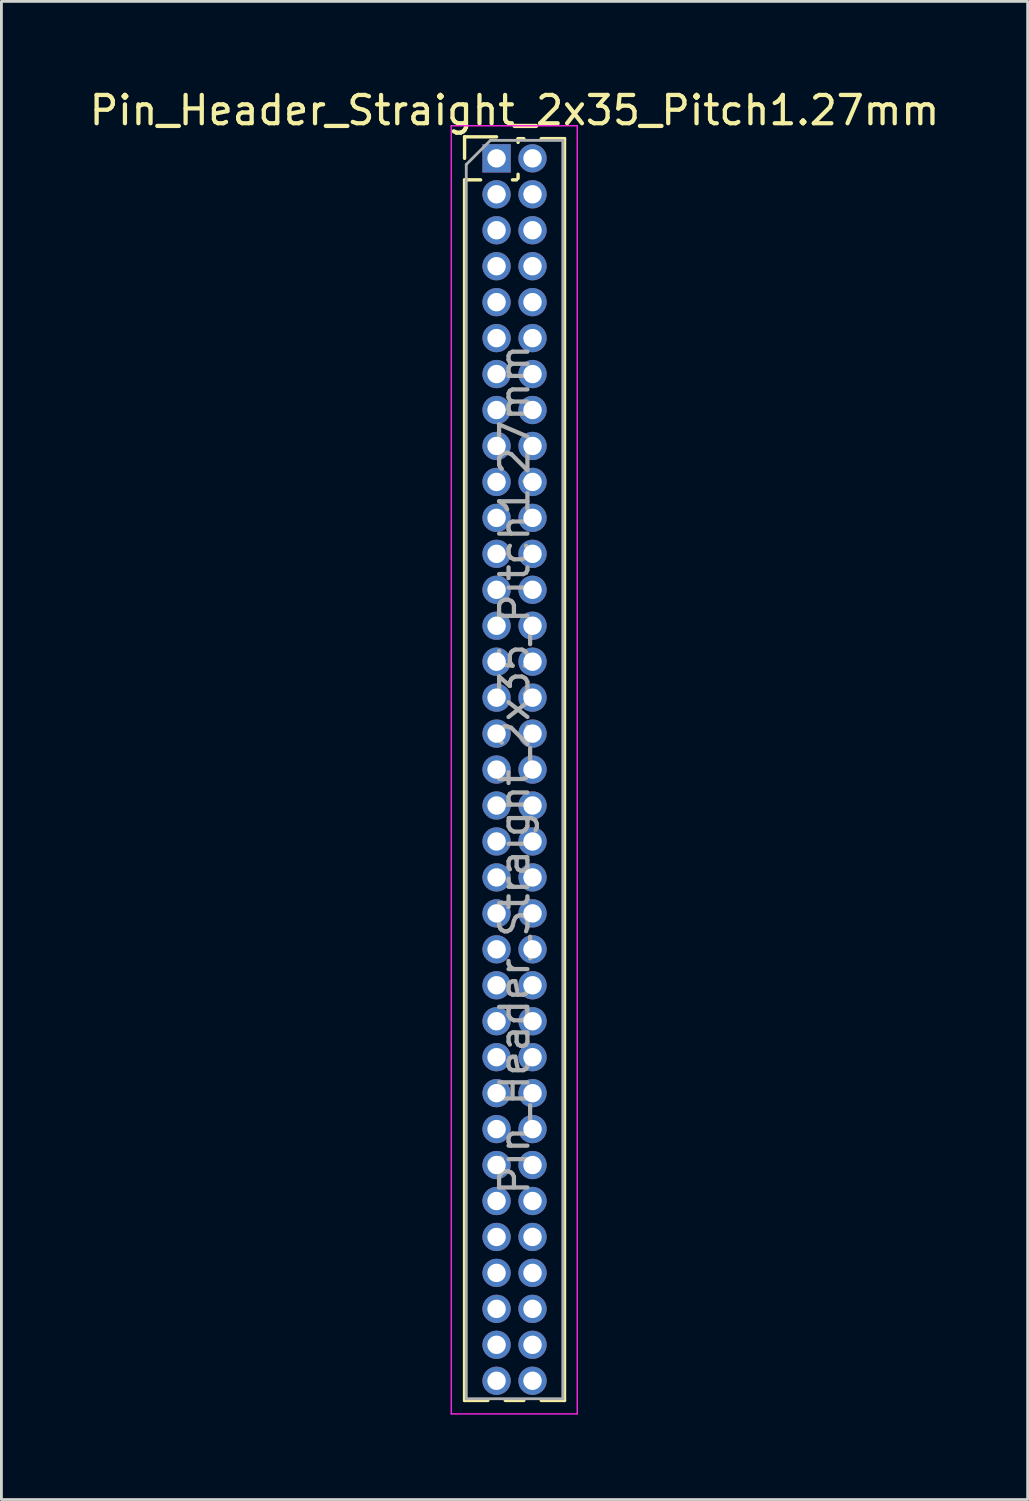
<source format=kicad_pcb>
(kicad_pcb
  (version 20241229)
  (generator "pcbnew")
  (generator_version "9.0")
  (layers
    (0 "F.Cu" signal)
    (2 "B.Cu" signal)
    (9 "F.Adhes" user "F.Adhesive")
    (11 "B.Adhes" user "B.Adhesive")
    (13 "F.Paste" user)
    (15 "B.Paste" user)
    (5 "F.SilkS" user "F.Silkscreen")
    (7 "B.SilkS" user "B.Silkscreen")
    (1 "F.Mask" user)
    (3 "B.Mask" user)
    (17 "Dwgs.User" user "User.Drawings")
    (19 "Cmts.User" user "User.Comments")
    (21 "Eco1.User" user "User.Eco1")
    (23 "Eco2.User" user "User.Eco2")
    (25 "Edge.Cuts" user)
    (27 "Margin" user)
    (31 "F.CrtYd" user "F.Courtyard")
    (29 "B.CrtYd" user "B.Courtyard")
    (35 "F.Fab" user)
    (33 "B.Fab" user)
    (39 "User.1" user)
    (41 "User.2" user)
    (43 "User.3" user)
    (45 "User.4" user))
  (footprint "Pin_Header_Straight_2x35_Pitch1.27mm"
    (layer "F.Cu")
    (at 14.49 2.543)
    (property "Reference" "Pin_Header_Straight_2x35_Pitch1.27mm" (at 0.635 -1.695 0) (layer "F.SilkS") (effects (font (size 1 1) (thickness 0.15))))
    (attr through_hole)
    (fp_line (start -1.13 -0.76) (end 0 -0.76) (stroke (width 0.12) (type solid)) (layer "F.SilkS"))
    (fp_line (start -1.13 0) (end -1.13 -0.76) (stroke (width 0.12) (type solid)) (layer "F.SilkS"))
    (fp_line (start -1.13 0.76) (end -1.13 43.875) (stroke (width 0.12) (type solid)) (layer "F.SilkS"))
    (fp_line (start -1.13 0.76) (end -0.563 0.76) (stroke (width 0.12) (type solid)) (layer "F.SilkS"))
    (fp_line (start -1.13 43.875) (end -0.308 43.875) (stroke (width 0.12) (type solid)) (layer "F.SilkS"))
    (fp_line (start 0.308 43.875) (end 0.962 43.875) (stroke (width 0.12) (type solid)) (layer "F.SilkS"))
    (fp_line (start 0.563 0.76) (end 0.707 0.76) (stroke (width 0.12) (type solid)) (layer "F.SilkS"))
    (fp_line (start 0.76 -0.695) (end 0.962 -0.695) (stroke (width 0.12) (type solid)) (layer "F.SilkS"))
    (fp_line (start 0.76 -0.563) (end 0.76 -0.695) (stroke (width 0.12) (type solid)) (layer "F.SilkS"))
    (fp_line (start 0.76 0.707) (end 0.76 0.563) (stroke (width 0.12) (type solid)) (layer "F.SilkS"))
    (fp_line (start 1.578 -0.695) (end 2.4 -0.695) (stroke (width 0.12) (type solid)) (layer "F.SilkS"))
    (fp_line (start 1.578 43.875) (end 2.4 43.875) (stroke (width 0.12) (type solid)) (layer "F.SilkS"))
    (fp_line (start 2.4 -0.695) (end 2.4 43.875) (stroke (width 0.12) (type solid)) (layer "F.SilkS"))
    (fp_line (start -1.6 -1.15) (end -1.6 44.35) (stroke (width 0.05) (type solid)) (layer "F.CrtYd"))
    (fp_line (start -1.6 44.35) (end 2.85 44.35) (stroke (width 0.05) (type solid)) (layer "F.CrtYd"))
    (fp_line (start 2.85 -1.15) (end -1.6 -1.15) (stroke (width 0.05) (type solid)) (layer "F.CrtYd"))
    (fp_line (start 2.85 44.35) (end 2.85 -1.15) (stroke (width 0.05) (type solid)) (layer "F.CrtYd"))
    (fp_line (start -1.07 0.217) (end -0.217 -0.635) (stroke (width 0.1) (type solid)) (layer "F.Fab"))
    (fp_line (start -1.07 43.815) (end -1.07 0.217) (stroke (width 0.1) (type solid)) (layer "F.Fab"))
    (fp_line (start -0.217 -0.635) (end 2.34 -0.635) (stroke (width 0.1) (type solid)) (layer "F.Fab"))
    (fp_line (start 2.34 -0.635) (end 2.34 43.815) (stroke (width 0.1) (type solid)) (layer "F.Fab"))
    (fp_line (start 2.34 43.815) (end -1.07 43.815) (stroke (width 0.1) (type solid)) (layer "F.Fab"))
    (fp_text user "${REFERENCE}" (at 0.635 21.59 90) (layer "F.Fab") (effects (font (size 1 1) (thickness 0.15))))
    (pad "1" thru_hole rect (at 0 0) (size 1 1) (drill 0.65) (layers "*.Cu" "*.Mask"))
    (pad "2" thru_hole oval (at 1.27 0) (size 1 1) (drill 0.65) (layers "*.Cu" "*.Mask"))
    (pad "3" thru_hole oval (at 0 1.27) (size 1 1) (drill 0.65) (layers "*.Cu" "*.Mask"))
    (pad "4" thru_hole oval (at 1.27 1.27) (size 1 1) (drill 0.65) (layers "*.Cu" "*.Mask"))
    (pad "5" thru_hole oval (at 0 2.54) (size 1 1) (drill 0.65) (layers "*.Cu" "*.Mask"))
    (pad "6" thru_hole oval (at 1.27 2.54) (size 1 1) (drill 0.65) (layers "*.Cu" "*.Mask"))
    (pad "7" thru_hole oval (at 0 3.81) (size 1 1) (drill 0.65) (layers "*.Cu" "*.Mask"))
    (pad "8" thru_hole oval (at 1.27 3.81) (size 1 1) (drill 0.65) (layers "*.Cu" "*.Mask"))
    (pad "9" thru_hole oval (at 0 5.08) (size 1 1) (drill 0.65) (layers "*.Cu" "*.Mask"))
    (pad "10" thru_hole oval (at 1.27 5.08) (size 1 1) (drill 0.65) (layers "*.Cu" "*.Mask"))
    (pad "11" thru_hole oval (at 0 6.35) (size 1 1) (drill 0.65) (layers "*.Cu" "*.Mask"))
    (pad "12" thru_hole oval (at 1.27 6.35) (size 1 1) (drill 0.65) (layers "*.Cu" "*.Mask"))
    (pad "13" thru_hole oval (at 0 7.62) (size 1 1) (drill 0.65) (layers "*.Cu" "*.Mask"))
    (pad "14" thru_hole oval (at 1.27 7.62) (size 1 1) (drill 0.65) (layers "*.Cu" "*.Mask"))
    (pad "15" thru_hole oval (at 0 8.89) (size 1 1) (drill 0.65) (layers "*.Cu" "*.Mask"))
    (pad "16" thru_hole oval (at 1.27 8.89) (size 1 1) (drill 0.65) (layers "*.Cu" "*.Mask"))
    (pad "17" thru_hole oval (at 0 10.16) (size 1 1) (drill 0.65) (layers "*.Cu" "*.Mask"))
    (pad "18" thru_hole oval (at 1.27 10.16) (size 1 1) (drill 0.65) (layers "*.Cu" "*.Mask"))
    (pad "19" thru_hole oval (at 0 11.43) (size 1 1) (drill 0.65) (layers "*.Cu" "*.Mask"))
    (pad "20" thru_hole oval (at 1.27 11.43) (size 1 1) (drill 0.65) (layers "*.Cu" "*.Mask"))
    (pad "21" thru_hole oval (at 0 12.7) (size 1 1) (drill 0.65) (layers "*.Cu" "*.Mask"))
    (pad "22" thru_hole oval (at 1.27 12.7) (size 1 1) (drill 0.65) (layers "*.Cu" "*.Mask"))
    (pad "23" thru_hole oval (at 0 13.97) (size 1 1) (drill 0.65) (layers "*.Cu" "*.Mask"))
    (pad "24" thru_hole oval (at 1.27 13.97) (size 1 1) (drill 0.65) (layers "*.Cu" "*.Mask"))
    (pad "25" thru_hole oval (at 0 15.24) (size 1 1) (drill 0.65) (layers "*.Cu" "*.Mask"))
    (pad "26" thru_hole oval (at 1.27 15.24) (size 1 1) (drill 0.65) (layers "*.Cu" "*.Mask"))
    (pad "27" thru_hole oval (at 0 16.51) (size 1 1) (drill 0.65) (layers "*.Cu" "*.Mask"))
    (pad "28" thru_hole oval (at 1.27 16.51) (size 1 1) (drill 0.65) (layers "*.Cu" "*.Mask"))
    (pad "29" thru_hole oval (at 0 17.78) (size 1 1) (drill 0.65) (layers "*.Cu" "*.Mask"))
    (pad "30" thru_hole oval (at 1.27 17.78) (size 1 1) (drill 0.65) (layers "*.Cu" "*.Mask"))
    (pad "31" thru_hole oval (at 0 19.05) (size 1 1) (drill 0.65) (layers "*.Cu" "*.Mask"))
    (pad "32" thru_hole oval (at 1.27 19.05) (size 1 1) (drill 0.65) (layers "*.Cu" "*.Mask"))
    (pad "33" thru_hole oval (at 0 20.32) (size 1 1) (drill 0.65) (layers "*.Cu" "*.Mask"))
    (pad "34" thru_hole oval (at 1.27 20.32) (size 1 1) (drill 0.65) (layers "*.Cu" "*.Mask"))
    (pad "35" thru_hole oval (at 0 21.59) (size 1 1) (drill 0.65) (layers "*.Cu" "*.Mask"))
    (pad "36" thru_hole oval (at 1.27 21.59) (size 1 1) (drill 0.65) (layers "*.Cu" "*.Mask"))
    (pad "37" thru_hole oval (at 0 22.86) (size 1 1) (drill 0.65) (layers "*.Cu" "*.Mask"))
    (pad "38" thru_hole oval (at 1.27 22.86) (size 1 1) (drill 0.65) (layers "*.Cu" "*.Mask"))
    (pad "39" thru_hole oval (at 0 24.13) (size 1 1) (drill 0.65) (layers "*.Cu" "*.Mask"))
    (pad "40" thru_hole oval (at 1.27 24.13) (size 1 1) (drill 0.65) (layers "*.Cu" "*.Mask"))
    (pad "41" thru_hole oval (at 0 25.4) (size 1 1) (drill 0.65) (layers "*.Cu" "*.Mask"))
    (pad "42" thru_hole oval (at 1.27 25.4) (size 1 1) (drill 0.65) (layers "*.Cu" "*.Mask"))
    (pad "43" thru_hole oval (at 0 26.67) (size 1 1) (drill 0.65) (layers "*.Cu" "*.Mask"))
    (pad "44" thru_hole oval (at 1.27 26.67) (size 1 1) (drill 0.65) (layers "*.Cu" "*.Mask"))
    (pad "45" thru_hole oval (at 0 27.94) (size 1 1) (drill 0.65) (layers "*.Cu" "*.Mask"))
    (pad "46" thru_hole oval (at 1.27 27.94) (size 1 1) (drill 0.65) (layers "*.Cu" "*.Mask"))
    (pad "47" thru_hole oval (at 0 29.21) (size 1 1) (drill 0.65) (layers "*.Cu" "*.Mask"))
    (pad "48" thru_hole oval (at 1.27 29.21) (size 1 1) (drill 0.65) (layers "*.Cu" "*.Mask"))
    (pad "49" thru_hole oval (at 0 30.48) (size 1 1) (drill 0.65) (layers "*.Cu" "*.Mask"))
    (pad "50" thru_hole oval (at 1.27 30.48) (size 1 1) (drill 0.65) (layers "*.Cu" "*.Mask"))
    (pad "51" thru_hole oval (at 0 31.75) (size 1 1) (drill 0.65) (layers "*.Cu" "*.Mask"))
    (pad "52" thru_hole oval (at 1.27 31.75) (size 1 1) (drill 0.65) (layers "*.Cu" "*.Mask"))
    (pad "53" thru_hole oval (at 0 33.02) (size 1 1) (drill 0.65) (layers "*.Cu" "*.Mask"))
    (pad "54" thru_hole oval (at 1.27 33.02) (size 1 1) (drill 0.65) (layers "*.Cu" "*.Mask"))
    (pad "55" thru_hole oval (at 0 34.29) (size 1 1) (drill 0.65) (layers "*.Cu" "*.Mask"))
    (pad "56" thru_hole oval (at 1.27 34.29) (size 1 1) (drill 0.65) (layers "*.Cu" "*.Mask"))
    (pad "57" thru_hole oval (at 0 35.56) (size 1 1) (drill 0.65) (layers "*.Cu" "*.Mask"))
    (pad "58" thru_hole oval (at 1.27 35.56) (size 1 1) (drill 0.65) (layers "*.Cu" "*.Mask"))
    (pad "59" thru_hole oval (at 0 36.83) (size 1 1) (drill 0.65) (layers "*.Cu" "*.Mask"))
    (pad "60" thru_hole oval (at 1.27 36.83) (size 1 1) (drill 0.65) (layers "*.Cu" "*.Mask"))
    (pad "61" thru_hole oval (at 0 38.1) (size 1 1) (drill 0.65) (layers "*.Cu" "*.Mask"))
    (pad "62" thru_hole oval (at 1.27 38.1) (size 1 1) (drill 0.65) (layers "*.Cu" "*.Mask"))
    (pad "63" thru_hole oval (at 0 39.37) (size 1 1) (drill 0.65) (layers "*.Cu" "*.Mask"))
    (pad "64" thru_hole oval (at 1.27 39.37) (size 1 1) (drill 0.65) (layers "*.Cu" "*.Mask"))
    (pad "65" thru_hole oval (at 0 40.64) (size 1 1) (drill 0.65) (layers "*.Cu" "*.Mask"))
    (pad "66" thru_hole oval (at 1.27 40.64) (size 1 1) (drill 0.65) (layers "*.Cu" "*.Mask"))
    (pad "67" thru_hole oval (at 0 41.91) (size 1 1) (drill 0.65) (layers "*.Cu" "*.Mask"))
    (pad "68" thru_hole oval (at 1.27 41.91) (size 1 1) (drill 0.65) (layers "*.Cu" "*.Mask"))
    (pad "69" thru_hole oval (at 0 43.18) (size 1 1) (drill 0.65) (layers "*.Cu" "*.Mask"))
    (pad "70" thru_hole oval (at 1.27 43.18) (size 1 1) (drill 0.65) (layers "*.Cu" "*.Mask")))
  (gr_rect
    (start -3 -3)
    (end 33.25 49.918)
    (stroke (width 0.1) (type default))
    (fill no)
    (layer "Edge.Cuts")))
</source>
